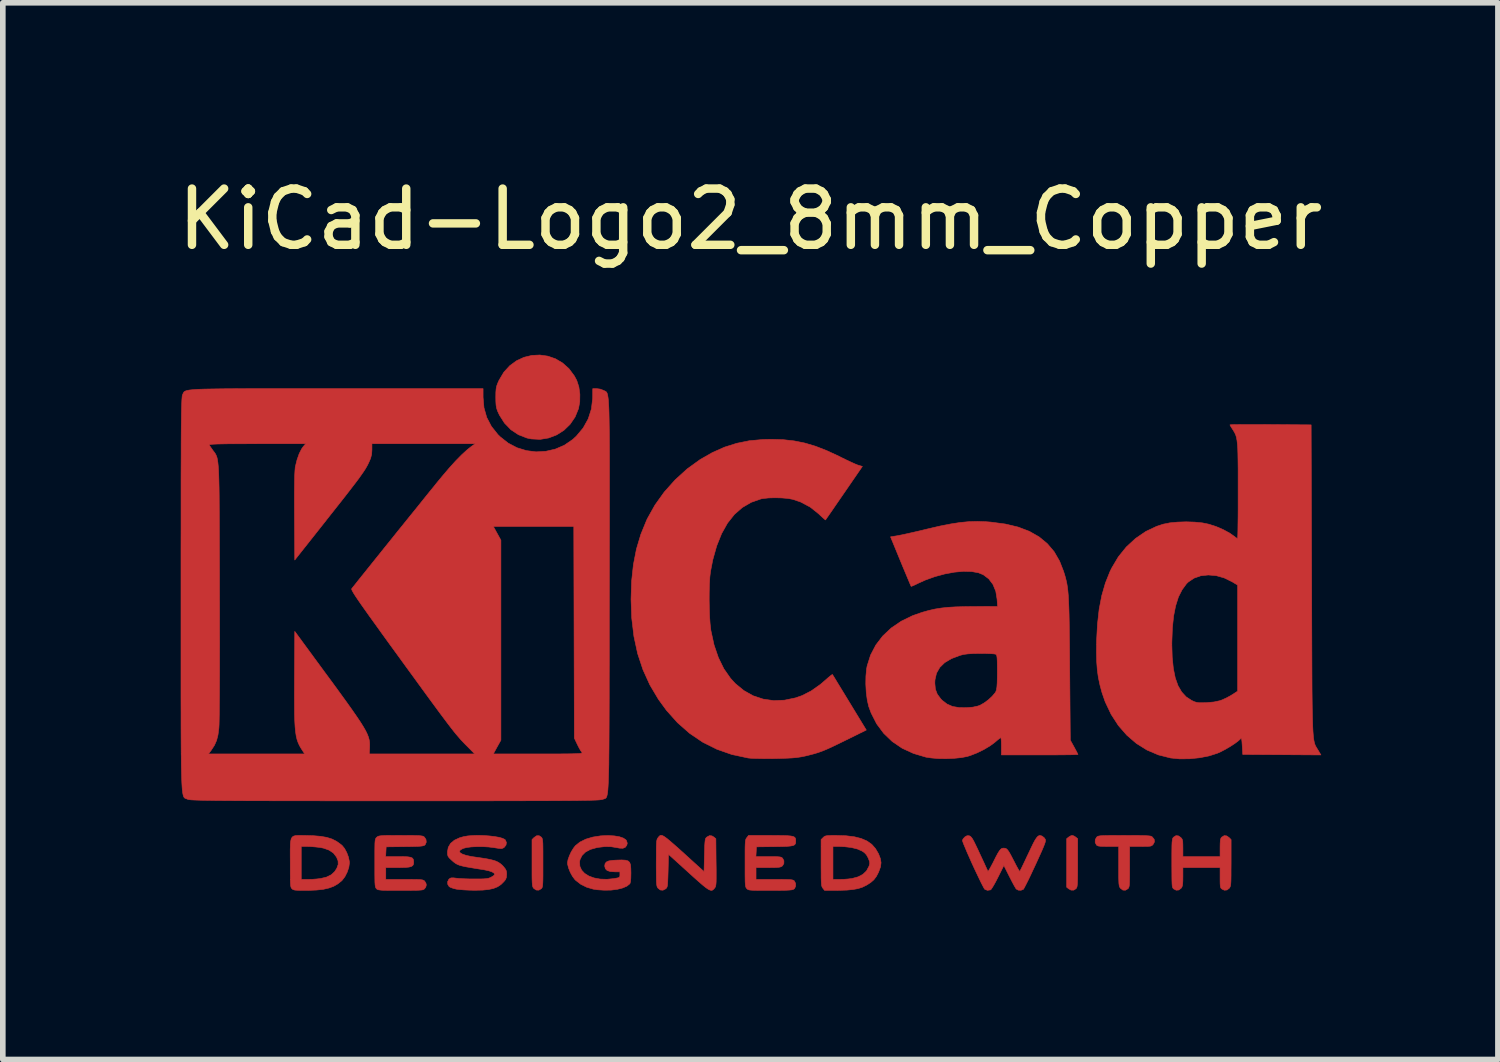
<source format=kicad_pcb>
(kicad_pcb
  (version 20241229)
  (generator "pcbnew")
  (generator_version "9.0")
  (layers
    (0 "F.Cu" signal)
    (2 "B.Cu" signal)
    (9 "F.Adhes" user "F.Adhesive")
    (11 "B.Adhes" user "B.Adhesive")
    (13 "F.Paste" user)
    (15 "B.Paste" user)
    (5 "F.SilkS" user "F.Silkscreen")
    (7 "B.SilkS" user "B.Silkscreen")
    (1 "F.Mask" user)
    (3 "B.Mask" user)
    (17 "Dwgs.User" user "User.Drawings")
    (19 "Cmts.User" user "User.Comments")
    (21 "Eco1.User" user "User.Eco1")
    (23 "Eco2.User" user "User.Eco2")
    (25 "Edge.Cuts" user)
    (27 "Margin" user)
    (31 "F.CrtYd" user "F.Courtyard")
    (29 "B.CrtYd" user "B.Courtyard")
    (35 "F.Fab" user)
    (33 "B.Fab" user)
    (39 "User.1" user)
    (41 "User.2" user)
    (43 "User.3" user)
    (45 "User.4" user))
  (footprint "KiCad-Logo2_8mm_Copper"
    (layer "F.Cu")
    (at 10.292 7.198)
    (property "Reference" "KiCad-Logo2_8mm_Copper" (at 0 -6.35 0) (layer "F.SilkS") (effects (font (size 1 1) (thickness 0.15))))
    (attr exclude_from_pos_files exclude_from_bom allow_missing_courtyard)
    (fp_poly (pts (xy 5.752 4.615) (xy 5.783 4.635) (xy 5.819 4.664) (xy 5.819 5.092) (xy 5.819 5.217) (xy 5.818 5.316) (xy 5.817 5.391) (xy 5.815 5.447) (xy 5.812 5.487) (xy 5.808 5.515) (xy 5.802 5.533) (xy 5.795 5.545) (xy 5.79 5.552) (xy 5.748 5.579) (xy 5.701 5.578) (xy 5.659 5.555) (xy 5.623 5.526) (xy 5.623 4.664) (xy 5.659 4.635) (xy 5.693 4.614) (xy 5.721 4.606) (xy 5.752 4.615)) (stroke (width 0.01) (type solid)) (fill yes) (layer "F.Cu"))
    (fp_poly (pts (xy -3.718 4.636) (xy -3.709 4.647) (xy -3.702 4.66) (xy -3.697 4.679) (xy -3.693 4.708) (xy -3.69 4.751) (xy -3.689 4.811) (xy -3.688 4.89) (xy -3.688 4.994) (xy -3.688 5.095) (xy -3.688 5.22) (xy -3.688 5.318) (xy -3.689 5.393) (xy -3.691 5.449) (xy -3.694 5.489) (xy -3.698 5.516) (xy -3.703 5.533) (xy -3.711 5.545) (xy -3.718 5.553) (xy -3.762 5.579) (xy -3.808 5.577) (xy -3.85 5.549) (xy -3.86 5.537) (xy -3.867 5.524) (xy -3.873 5.506) (xy -3.877 5.479) (xy -3.88 5.439) (xy -3.882 5.383) (xy -3.883 5.308) (xy -3.883 5.209) (xy -3.883 5.097) (xy -3.883 4.68) (xy -3.846 4.643) (xy -3.801 4.612) (xy -3.756 4.611) (xy -3.718 4.636)) (stroke (width 0.01) (type solid)) (fill yes) (layer "F.Cu"))
    (fp_poly (pts (xy -3.602 -3.916) (xy -3.466 -3.869) (xy -3.339 -3.794) (xy -3.226 -3.693) (xy -3.13 -3.564) (xy -3.087 -3.483) (xy -3.05 -3.37) (xy -3.032 -3.239) (xy -3.034 -3.105) (xy -3.056 -2.983) (xy -3.117 -2.834) (xy -3.205 -2.705) (xy -3.315 -2.598) (xy -3.444 -2.516) (xy -3.587 -2.461) (xy -3.739 -2.436) (xy -3.896 -2.444) (xy -3.973 -2.46) (xy -4.124 -2.519) (xy -4.258 -2.608) (xy -4.372 -2.726) (xy -4.463 -2.869) (xy -4.47 -2.885) (xy -4.497 -2.943) (xy -4.513 -2.993) (xy -4.522 -3.045) (xy -4.526 -3.111) (xy -4.527 -3.184) (xy -4.526 -3.271) (xy -4.521 -3.334) (xy -4.511 -3.385) (xy -4.492 -3.436) (xy -4.469 -3.487) (xy -4.384 -3.63) (xy -4.279 -3.745) (xy -4.158 -3.834) (xy -4.026 -3.895) (xy -3.886 -3.929) (xy -3.744 -3.936) (xy -3.602 -3.916)) (stroke (width 0.01) (type solid)) (fill yes) (layer "F.Cu"))
    (fp_poly (pts (xy 6.783 4.607) (xy 6.887 4.607) (xy 6.969 4.608) (xy 7.03 4.61) (xy 7.074 4.613) (xy 7.105 4.616) (xy 7.126 4.621) (xy 7.139 4.628) (xy 7.146 4.633) (xy 7.18 4.676) (xy 7.184 4.721) (xy 7.163 4.762) (xy 7.149 4.778) (xy 7.134 4.789) (xy 7.113 4.796) (xy 7.079 4.8) (xy 7.027 4.801) (xy 6.952 4.802) (xy 6.937 4.802) (xy 6.743 4.802) (xy 6.743 5.163) (xy 6.743 5.276) (xy 6.742 5.364) (xy 6.741 5.429) (xy 6.739 5.475) (xy 6.735 5.507) (xy 6.729 5.528) (xy 6.722 5.543) (xy 6.713 5.553) (xy 6.669 5.58) (xy 6.623 5.578) (xy 6.582 5.547) (xy 6.579 5.544) (xy 6.569 5.53) (xy 6.561 5.513) (xy 6.556 5.49) (xy 6.552 5.457) (xy 6.55 5.409) (xy 6.548 5.343) (xy 6.548 5.254) (xy 6.548 5.153) (xy 6.548 4.802) (xy 6.362 4.802) (xy 6.282 4.801) (xy 6.227 4.799) (xy 6.191 4.795) (xy 6.168 4.787) (xy 6.153 4.776) (xy 6.152 4.774) (xy 6.13 4.73) (xy 6.132 4.68) (xy 6.157 4.636) (xy 6.167 4.628) (xy 6.179 4.621) (xy 6.198 4.616) (xy 6.226 4.612) (xy 6.267 4.61) (xy 6.324 4.608) (xy 6.4 4.607) (xy 6.499 4.607) (xy 6.624 4.606) (xy 6.651 4.606) (xy 6.783 4.607)) (stroke (width 0.01) (type solid)) (fill yes) (layer "F.Cu"))
    (fp_poly (pts (xy 8.468 4.614) (xy 8.51 4.643) (xy 8.547 4.68) (xy 8.547 5.092) (xy 8.546 5.214) (xy 8.546 5.31) (xy 8.545 5.384) (xy 8.543 5.438) (xy 8.54 5.476) (xy 8.536 5.503) (xy 8.529 5.521) (xy 8.522 5.535) (xy 8.515 5.544) (xy 8.474 5.576) (xy 8.427 5.58) (xy 8.385 5.56) (xy 8.37 5.548) (xy 8.361 5.532) (xy 8.355 5.507) (xy 8.352 5.466) (xy 8.351 5.405) (xy 8.351 5.357) (xy 8.351 5.178) (xy 7.69 5.178) (xy 7.69 5.341) (xy 7.689 5.416) (xy 7.686 5.467) (xy 7.681 5.501) (xy 7.671 5.526) (xy 7.659 5.544) (xy 7.618 5.576) (xy 7.571 5.58) (xy 7.526 5.557) (xy 7.514 5.545) (xy 7.506 5.529) (xy 7.5 5.504) (xy 7.497 5.465) (xy 7.495 5.406) (xy 7.494 5.324) (xy 7.494 5.305) (xy 7.493 5.15) (xy 7.493 5.023) (xy 7.493 4.919) (xy 7.494 4.838) (xy 7.495 4.775) (xy 7.497 4.728) (xy 7.501 4.695) (xy 7.505 4.671) (xy 7.51 4.656) (xy 7.517 4.645) (xy 7.525 4.636) (xy 7.567 4.61) (xy 7.611 4.614) (xy 7.653 4.643) (xy 7.67 4.662) (xy 7.681 4.684) (xy 7.687 4.714) (xy 7.689 4.76) (xy 7.69 4.828) (xy 7.69 4.982) (xy 8.351 4.982) (xy 8.351 4.824) (xy 8.352 4.752) (xy 8.355 4.703) (xy 8.36 4.671) (xy 8.37 4.649) (xy 8.381 4.636) (xy 8.424 4.61) (xy 8.468 4.614)) (stroke (width 0.01) (type solid)) (fill yes) (layer "F.Cu"))
    (fp_poly (pts (xy 1.531 4.607) (xy 1.703 4.612) (xy 1.849 4.63) (xy 1.971 4.661) (xy 2.073 4.705) (xy 2.157 4.764) (xy 2.224 4.84) (xy 2.278 4.932) (xy 2.279 4.934) (xy 2.311 5.017) (xy 2.323 5.09) (xy 2.314 5.164) (xy 2.283 5.248) (xy 2.278 5.261) (xy 2.239 5.336) (xy 2.195 5.394) (xy 2.139 5.443) (xy 2.062 5.492) (xy 2.057 5.494) (xy 1.99 5.527) (xy 1.915 5.551) (xy 1.825 5.567) (xy 1.718 5.578) (xy 1.586 5.582) (xy 1.54 5.583) (xy 1.319 5.583) (xy 1.288 5.544) (xy 1.279 5.531) (xy 1.272 5.516) (xy 1.266 5.494) (xy 1.263 5.464) (xy 1.26 5.42) (xy 1.259 5.388) (xy 1.468 5.388) (xy 1.593 5.388) (xy 1.666 5.386) (xy 1.741 5.38) (xy 1.802 5.372) (xy 1.806 5.372) (xy 1.916 5.342) (xy 2 5.298) (xy 2.064 5.237) (xy 2.107 5.157) (xy 2.115 5.136) (xy 2.122 5.103) (xy 2.119 5.071) (xy 2.103 5.028) (xy 2.094 5.006) (xy 2.063 4.95) (xy 2.025 4.91) (xy 1.984 4.883) (xy 1.902 4.847) (xy 1.796 4.821) (xy 1.673 4.806) (xy 1.584 4.802) (xy 1.468 4.802) (xy 1.468 5.388) (xy 1.259 5.388) (xy 1.258 5.36) (xy 1.258 5.279) (xy 1.257 5.174) (xy 1.257 5.092) (xy 1.257 4.68) (xy 1.294 4.643) (xy 1.31 4.628) (xy 1.328 4.618) (xy 1.353 4.612) (xy 1.39 4.608) (xy 1.446 4.607) (xy 1.526 4.607) (xy 1.531 4.607)) (stroke (width 0.01) (type solid)) (fill yes) (layer "F.Cu"))
    (fp_poly (pts (xy -7.975 4.606) (xy -7.922 4.607) (xy -7.768 4.611) (xy -7.639 4.622) (xy -7.531 4.641) (xy -7.439 4.67) (xy -7.358 4.711) (xy -7.286 4.763) (xy -7.259 4.785) (xy -7.216 4.838) (xy -7.177 4.91) (xy -7.147 4.99) (xy -7.131 5.067) (xy -7.129 5.095) (xy -7.14 5.173) (xy -7.169 5.259) (xy -7.21 5.34) (xy -7.259 5.404) (xy -7.267 5.412) (xy -7.335 5.467) (xy -7.409 5.51) (xy -7.493 5.541) (xy -7.593 5.564) (xy -7.712 5.577) (xy -7.854 5.583) (xy -7.919 5.583) (xy -8.002 5.583) (xy -8.06 5.581) (xy -8.099 5.578) (xy -8.125 5.571) (xy -8.142 5.562) (xy -8.151 5.553) (xy -8.16 5.543) (xy -8.167 5.53) (xy -8.172 5.511) (xy -8.176 5.481) (xy -8.179 5.439) (xy -8.18 5.379) (xy -8.181 5.299) (xy -8.181 5.196) (xy -8.181 5.095) (xy -8.182 4.961) (xy -8.182 4.853) (xy -8.18 4.802) (xy -7.986 4.802) (xy -7.986 5.388) (xy -7.862 5.388) (xy -7.787 5.386) (xy -7.709 5.38) (xy -7.644 5.372) (xy -7.642 5.372) (xy -7.537 5.347) (xy -7.455 5.307) (xy -7.393 5.251) (xy -7.353 5.189) (xy -7.329 5.122) (xy -7.331 5.058) (xy -7.359 4.99) (xy -7.414 4.919) (xy -7.491 4.867) (xy -7.59 4.832) (xy -7.657 4.819) (xy -7.732 4.811) (xy -7.812 4.804) (xy -7.881 4.802) (xy -7.885 4.802) (xy -7.986 4.802) (xy -8.18 4.802) (xy -8.18 4.77) (xy -8.174 4.708) (xy -8.163 4.663) (xy -8.145 4.634) (xy -8.119 4.617) (xy -8.083 4.608) (xy -8.036 4.606) (xy -7.975 4.606)) (stroke (width 0.01) (type solid)) (fill yes) (layer "F.Cu"))
    (fp_poly (pts (xy -1.556 4.612) (xy -1.524 4.631) (xy -1.483 4.661) (xy -1.431 4.704) (xy -1.364 4.762) (xy -1.281 4.835) (xy -1.18 4.926) (xy -1.065 5.031) (xy -0.824 5.249) (xy -0.817 4.957) (xy -0.814 4.856) (xy -0.812 4.781) (xy -0.808 4.727) (xy -0.804 4.691) (xy -0.799 4.667) (xy -0.79 4.651) (xy -0.78 4.64) (xy -0.774 4.635) (xy -0.728 4.61) (xy -0.684 4.614) (xy -0.649 4.635) (xy -0.614 4.664) (xy -0.61 5.083) (xy -0.608 5.206) (xy -0.608 5.303) (xy -0.608 5.377) (xy -0.609 5.432) (xy -0.612 5.471) (xy -0.616 5.499) (xy -0.621 5.518) (xy -0.629 5.532) (xy -0.637 5.543) (xy -0.655 5.564) (xy -0.673 5.578) (xy -0.693 5.583) (xy -0.718 5.578) (xy -0.751 5.562) (xy -0.793 5.533) (xy -0.848 5.489) (xy -0.917 5.429) (xy -1.004 5.352) (xy -1.102 5.263) (xy -1.456 4.942) (xy -1.463 5.234) (xy -1.466 5.335) (xy -1.469 5.41) (xy -1.472 5.463) (xy -1.476 5.5) (xy -1.482 5.523) (xy -1.49 5.539) (xy -1.501 5.55) (xy -1.506 5.555) (xy -1.555 5.58) (xy -1.602 5.576) (xy -1.642 5.544) (xy -1.652 5.531) (xy -1.659 5.515) (xy -1.664 5.494) (xy -1.668 5.464) (xy -1.671 5.42) (xy -1.672 5.359) (xy -1.673 5.278) (xy -1.674 5.173) (xy -1.674 5.095) (xy -1.673 4.973) (xy -1.673 4.878) (xy -1.672 4.805) (xy -1.67 4.751) (xy -1.667 4.713) (xy -1.662 4.686) (xy -1.656 4.668) (xy -1.648 4.654) (xy -1.642 4.646) (xy -1.627 4.627) (xy -1.613 4.613) (xy -1.598 4.605) (xy -1.58 4.604) (xy -1.556 4.612)) (stroke (width 0.01) (type solid)) (fill yes) (layer "F.Cu"))
    (fp_poly (pts (xy -2.421 4.614) (xy -2.33 4.629) (xy -2.26 4.653) (xy -2.214 4.684) (xy -2.202 4.702) (xy -2.189 4.744) (xy -2.198 4.781) (xy -2.225 4.817) (xy -2.266 4.834) (xy -2.327 4.832) (xy -2.374 4.823) (xy -2.478 4.806) (xy -2.584 4.804) (xy -2.703 4.818) (xy -2.736 4.824) (xy -2.846 4.855) (xy -2.933 4.902) (xy -2.994 4.963) (xy -3.03 5.037) (xy -3.037 5.075) (xy -3.032 5.154) (xy -3.001 5.223) (xy -2.947 5.281) (xy -2.872 5.328) (xy -2.779 5.362) (xy -2.671 5.382) (xy -2.551 5.386) (xy -2.422 5.373) (xy -2.415 5.371) (xy -2.364 5.362) (xy -2.335 5.353) (xy -2.323 5.339) (xy -2.32 5.316) (xy -2.32 5.304) (xy -2.32 5.253) (xy -2.411 5.253) (xy -2.492 5.247) (xy -2.546 5.23) (xy -2.578 5.198) (xy -2.59 5.152) (xy -2.59 5.146) (xy -2.583 5.106) (xy -2.56 5.078) (xy -2.517 5.059) (xy -2.45 5.049) (xy -2.385 5.045) (xy -2.291 5.042) (xy -2.223 5.046) (xy -2.176 5.059) (xy -2.147 5.085) (xy -2.132 5.127) (xy -2.126 5.191) (xy -2.124 5.273) (xy -2.126 5.366) (xy -2.132 5.429) (xy -2.141 5.462) (xy -2.143 5.465) (xy -2.195 5.507) (xy -2.271 5.54) (xy -2.366 5.564) (xy -2.476 5.578) (xy -2.596 5.58) (xy -2.72 5.572) (xy -2.793 5.561) (xy -2.908 5.528) (xy -3.015 5.475) (xy -3.104 5.406) (xy -3.118 5.393) (xy -3.162 5.335) (xy -3.202 5.263) (xy -3.232 5.188) (xy -3.25 5.119) (xy -3.252 5.093) (xy -3.243 5.038) (xy -3.219 4.97) (xy -3.186 4.898) (xy -3.146 4.833) (xy -3.112 4.789) (xy -3.031 4.724) (xy -2.926 4.672) (xy -2.801 4.635) (xy -2.66 4.613) (xy -2.53 4.608) (xy -2.421 4.614)) (stroke (width 0.01) (type solid)) (fill yes) (layer "F.Cu"))
    (fp_poly (pts (xy 0.482 4.607) (xy 0.583 4.608) (xy 0.661 4.611) (xy 0.719 4.616) (xy 0.758 4.624) (xy 0.784 4.636) (xy 0.798 4.652) (xy 0.805 4.673) (xy 0.806 4.699) (xy 0.806 4.703) (xy 0.805 4.733) (xy 0.799 4.756) (xy 0.784 4.774) (xy 0.757 4.786) (xy 0.715 4.794) (xy 0.655 4.8) (xy 0.572 4.803) (xy 0.463 4.805) (xy 0.43 4.805) (xy 0.107 4.809) (xy 0.103 4.896) (xy 0.098 4.982) (xy 0.322 4.982) (xy 0.41 4.982) (xy 0.472 4.984) (xy 0.515 4.987) (xy 0.542 4.992) (xy 0.56 5) (xy 0.573 5.012) (xy 0.573 5.012) (xy 0.596 5.056) (xy 0.595 5.105) (xy 0.571 5.146) (xy 0.566 5.15) (xy 0.549 5.161) (xy 0.525 5.169) (xy 0.49 5.174) (xy 0.438 5.176) (xy 0.364 5.177) (xy 0.316 5.178) (xy 0.1 5.178) (xy 0.1 5.388) (xy 0.428 5.388) (xy 0.537 5.388) (xy 0.619 5.389) (xy 0.679 5.391) (xy 0.721 5.393) (xy 0.749 5.398) (xy 0.767 5.404) (xy 0.778 5.412) (xy 0.781 5.415) (xy 0.803 5.457) (xy 0.805 5.505) (xy 0.787 5.547) (xy 0.773 5.56) (xy 0.758 5.567) (xy 0.736 5.573) (xy 0.702 5.577) (xy 0.653 5.58) (xy 0.585 5.582) (xy 0.495 5.583) (xy 0.379 5.583) (xy 0.353 5.583) (xy 0.235 5.583) (xy 0.143 5.583) (xy 0.075 5.582) (xy 0.025 5.58) (xy -0.01 5.577) (xy -0.033 5.572) (xy -0.048 5.565) (xy -0.059 5.557) (xy -0.065 5.55) (xy -0.074 5.539) (xy -0.081 5.526) (xy -0.086 5.506) (xy -0.09 5.477) (xy -0.093 5.434) (xy -0.094 5.374) (xy -0.095 5.294) (xy -0.095 5.189) (xy -0.095 5.102) (xy -0.095 4.979) (xy -0.095 4.882) (xy -0.094 4.808) (xy -0.092 4.754) (xy -0.089 4.715) (xy -0.085 4.688) (xy -0.079 4.669) (xy -0.071 4.655) (xy -0.064 4.646) (xy -0.033 4.606) (xy 0.353 4.606) (xy 0.482 4.607)) (stroke (width 0.01) (type solid)) (fill yes) (layer "F.Cu"))
    (fp_poly (pts (xy -6.099 4.607) (xy -6.007 4.607) (xy -5.937 4.608) (xy -5.886 4.61) (xy -5.851 4.614) (xy -5.827 4.618) (xy -5.811 4.625) (xy -5.799 4.633) (xy -5.795 4.637) (xy -5.768 4.678) (xy -5.763 4.726) (xy -5.781 4.768) (xy -5.789 4.777) (xy -5.802 4.785) (xy -5.823 4.791) (xy -5.855 4.796) (xy -5.903 4.8) (xy -5.971 4.802) (xy -6.062 4.804) (xy -6.146 4.805) (xy -6.476 4.809) (xy -6.485 4.982) (xy -6.261 4.982) (xy -6.164 4.983) (xy -6.092 4.986) (xy -6.043 4.994) (xy -6.012 5.007) (xy -5.995 5.028) (xy -5.988 5.057) (xy -5.987 5.084) (xy -5.99 5.117) (xy -6.003 5.141) (xy -6.028 5.158) (xy -6.071 5.169) (xy -6.133 5.175) (xy -6.221 5.177) (xy -6.268 5.178) (xy -6.483 5.178) (xy -6.483 5.388) (xy -6.152 5.388) (xy -6.044 5.388) (xy -5.962 5.389) (xy -5.901 5.39) (xy -5.859 5.393) (xy -5.83 5.397) (xy -5.811 5.404) (xy -5.798 5.412) (xy -5.792 5.418) (xy -5.769 5.454) (xy -5.762 5.486) (xy -5.772 5.525) (xy -5.792 5.553) (xy -5.802 5.562) (xy -5.816 5.569) (xy -5.836 5.575) (xy -5.866 5.578) (xy -5.911 5.581) (xy -5.973 5.582) (xy -6.056 5.583) (xy -6.164 5.583) (xy -6.22 5.583) (xy -6.34 5.583) (xy -6.434 5.583) (xy -6.505 5.582) (xy -6.556 5.58) (xy -6.592 5.576) (xy -6.617 5.572) (xy -6.633 5.566) (xy -6.644 5.558) (xy -6.648 5.553) (xy -6.657 5.543) (xy -6.664 5.53) (xy -6.669 5.511) (xy -6.673 5.481) (xy -6.676 5.438) (xy -6.677 5.379) (xy -6.678 5.298) (xy -6.678 5.194) (xy -6.678 5.097) (xy -6.678 4.973) (xy -6.678 4.876) (xy -6.677 4.801) (xy -6.676 4.746) (xy -6.673 4.707) (xy -6.669 4.681) (xy -6.663 4.663) (xy -6.656 4.651) (xy -6.646 4.641) (xy -6.644 4.639) (xy -6.632 4.629) (xy -6.619 4.622) (xy -6.6 4.616) (xy -6.571 4.612) (xy -6.53 4.609) (xy -6.472 4.607) (xy -6.394 4.607) (xy -6.291 4.606) (xy -6.218 4.606) (xy -6.099 4.607)) (stroke (width 0.01) (type solid)) (fill yes) (layer "F.Cu"))
    (fp_poly (pts (xy 5.161 4.609) (xy 5.187 4.618) (xy 5.188 4.619) (xy 5.223 4.646) (xy 5.243 4.674) (xy 5.246 4.687) (xy 5.246 4.704) (xy 5.241 4.729) (xy 5.229 4.764) (xy 5.21 4.812) (xy 5.182 4.878) (xy 5.144 4.962) (xy 5.095 5.07) (xy 5.068 5.129) (xy 5.019 5.233) (xy 4.974 5.33) (xy 4.933 5.414) (xy 4.898 5.483) (xy 4.872 5.533) (xy 4.856 5.561) (xy 4.852 5.565) (xy 4.811 5.581) (xy 4.764 5.579) (xy 4.727 5.559) (xy 4.725 5.557) (xy 4.711 5.534) (xy 4.686 5.491) (xy 4.654 5.431) (xy 4.618 5.361) (xy 4.605 5.336) (xy 4.507 5.14) (xy 4.401 5.352) (xy 4.363 5.426) (xy 4.328 5.489) (xy 4.298 5.538) (xy 4.277 5.568) (xy 4.27 5.574) (xy 4.215 5.582) (xy 4.169 5.565) (xy 4.155 5.546) (xy 4.132 5.503) (xy 4.101 5.442) (xy 4.064 5.366) (xy 4.022 5.278) (xy 3.978 5.185) (xy 3.934 5.089) (xy 3.892 4.994) (xy 3.853 4.906) (xy 3.82 4.827) (xy 3.793 4.763) (xy 3.776 4.717) (xy 3.77 4.693) (xy 3.77 4.692) (xy 3.785 4.663) (xy 3.814 4.633) (xy 3.816 4.631) (xy 3.852 4.611) (xy 3.885 4.611) (xy 3.898 4.615) (xy 3.913 4.623) (xy 3.929 4.64) (xy 3.949 4.667) (xy 3.973 4.71) (xy 4.003 4.771) (xy 4.043 4.854) (xy 4.078 4.93) (xy 4.119 5.018) (xy 4.156 5.097) (xy 4.186 5.164) (xy 4.209 5.213) (xy 4.221 5.241) (xy 4.223 5.245) (xy 4.231 5.238) (xy 4.25 5.208) (xy 4.277 5.16) (xy 4.31 5.098) (xy 4.323 5.072) (xy 4.366 4.986) (xy 4.4 4.923) (xy 4.427 4.88) (xy 4.449 4.853) (xy 4.469 4.838) (xy 4.491 4.832) (xy 4.505 4.832) (xy 4.529 4.834) (xy 4.551 4.843) (xy 4.573 4.863) (xy 4.597 4.897) (xy 4.627 4.949) (xy 4.665 5.022) (xy 4.687 5.064) (xy 4.721 5.131) (xy 4.751 5.186) (xy 4.774 5.226) (xy 4.787 5.244) (xy 4.789 5.245) (xy 4.798 5.23) (xy 4.817 5.193) (xy 4.845 5.135) (xy 4.88 5.062) (xy 4.919 4.978) (xy 4.939 4.937) (xy 4.99 4.829) (xy 5.03 4.746) (xy 5.063 4.685) (xy 5.091 4.644) (xy 5.115 4.619) (xy 5.137 4.608) (xy 5.161 4.609)) (stroke (width 0.01) (type solid)) (fill yes) (layer "F.Cu"))
    (fp_poly (pts (xy -4.74 4.608) (xy -4.64 4.615) (xy -4.548 4.626) (xy -4.467 4.64) (xy -4.405 4.658) (xy -4.365 4.678) (xy -4.359 4.684) (xy -4.338 4.73) (xy -4.345 4.777) (xy -4.377 4.818) (xy -4.379 4.819) (xy -4.398 4.831) (xy -4.418 4.838) (xy -4.446 4.839) (xy -4.489 4.834) (xy -4.554 4.824) (xy -4.559 4.823) (xy -4.656 4.811) (xy -4.761 4.805) (xy -4.865 4.805) (xy -4.963 4.81) (xy -5.047 4.821) (xy -5.108 4.837) (xy -5.112 4.839) (xy -5.157 4.864) (xy -5.173 4.889) (xy -5.161 4.914) (xy -5.121 4.938) (xy -5.056 4.96) (xy -4.965 4.98) (xy -4.905 4.989) (xy -4.78 5.007) (xy -4.68 5.023) (xy -4.601 5.04) (xy -4.54 5.057) (xy -4.492 5.078) (xy -4.453 5.102) (xy -4.417 5.132) (xy -4.389 5.161) (xy -4.356 5.203) (xy -4.339 5.238) (xy -4.334 5.281) (xy -4.334 5.297) (xy -4.338 5.35) (xy -4.353 5.39) (xy -4.38 5.424) (xy -4.434 5.478) (xy -4.495 5.519) (xy -4.567 5.548) (xy -4.653 5.567) (xy -4.76 5.578) (xy -4.891 5.581) (xy -4.912 5.581) (xy -5 5.579) (xy -5.086 5.575) (xy -5.163 5.569) (xy -5.22 5.562) (xy -5.224 5.562) (xy -5.281 5.548) (xy -5.329 5.531) (xy -5.356 5.516) (xy -5.381 5.475) (xy -5.383 5.428) (xy -5.361 5.385) (xy -5.356 5.381) (xy -5.336 5.366) (xy -5.311 5.36) (xy -5.272 5.361) (xy -5.224 5.367) (xy -5.172 5.372) (xy -5.098 5.376) (xy -5.011 5.379) (xy -4.921 5.38) (xy -4.897 5.38) (xy -4.807 5.38) (xy -4.741 5.378) (xy -4.693 5.374) (xy -4.658 5.368) (xy -4.63 5.358) (xy -4.613 5.35) (xy -4.575 5.328) (xy -4.551 5.308) (xy -4.548 5.302) (xy -4.555 5.279) (xy -4.59 5.256) (xy -4.65 5.235) (xy -4.733 5.217) (xy -4.758 5.213) (xy -4.886 5.193) (xy -4.987 5.176) (xy -5.068 5.162) (xy -5.13 5.148) (xy -5.178 5.134) (xy -5.216 5.118) (xy -5.248 5.099) (xy -5.278 5.077) (xy -5.309 5.049) (xy -5.32 5.039) (xy -5.357 5.003) (xy -5.377 4.974) (xy -5.385 4.941) (xy -5.386 4.899) (xy -5.372 4.818) (xy -5.331 4.748) (xy -5.263 4.691) (xy -5.168 4.647) (xy -5.1 4.628) (xy -5.027 4.615) (xy -4.939 4.608) (xy -4.841 4.605) (xy -4.74 4.608)) (stroke (width 0.01) (type solid)) (fill yes) (layer "F.Cu"))
    (fp_poly (pts (xy 0.581 -2.431) (xy 0.777 -2.409) (xy 0.967 -2.371) (xy 1.158 -2.314) (xy 1.358 -2.236) (xy 1.576 -2.135) (xy 1.615 -2.115) (xy 1.705 -2.071) (xy 1.79 -2.031) (xy 1.861 -1.999) (xy 1.91 -1.979) (xy 1.918 -1.977) (xy 1.991 -1.955) (xy 1.665 -1.481) (xy 1.585 -1.365) (xy 1.512 -1.259) (xy 1.449 -1.167) (xy 1.397 -1.092) (xy 1.359 -1.038) (xy 1.339 -1.008) (xy 1.335 -1.003) (xy 1.322 -1.013) (xy 1.288 -1.043) (xy 1.24 -1.087) (xy 1.214 -1.112) (xy 1.065 -1.231) (xy 0.897 -1.321) (xy 0.753 -1.37) (xy 0.666 -1.386) (xy 0.558 -1.395) (xy 0.44 -1.398) (xy 0.326 -1.395) (xy 0.229 -1.385) (xy 0.19 -1.378) (xy 0.015 -1.317) (xy -0.143 -1.225) (xy -0.284 -1.102) (xy -0.407 -0.947) (xy -0.512 -0.76) (xy -0.599 -0.543) (xy -0.669 -0.294) (xy -0.71 -0.082) (xy -0.721 0.012) (xy -0.728 0.134) (xy -0.732 0.273) (xy -0.733 0.423) (xy -0.73 0.575) (xy -0.725 0.718) (xy -0.716 0.846) (xy -0.704 0.949) (xy -0.702 0.964) (xy -0.646 1.22) (xy -0.569 1.445) (xy -0.472 1.643) (xy -0.353 1.813) (xy -0.269 1.905) (xy -0.117 2.03) (xy 0.049 2.123) (xy 0.227 2.182) (xy 0.414 2.209) (xy 0.607 2.201) (xy 0.803 2.16) (xy 0.92 2.119) (xy 1.08 2.037) (xy 1.246 1.92) (xy 1.339 1.84) (xy 1.391 1.794) (xy 1.432 1.761) (xy 1.455 1.745) (xy 1.458 1.744) (xy 1.469 1.761) (xy 1.496 1.804) (xy 1.537 1.872) (xy 1.59 1.959) (xy 1.653 2.062) (xy 1.723 2.177) (xy 1.762 2.241) (xy 2.061 2.732) (xy 1.688 2.916) (xy 1.553 2.982) (xy 1.444 3.034) (xy 1.354 3.075) (xy 1.276 3.107) (xy 1.203 3.133) (xy 1.13 3.155) (xy 1.049 3.176) (xy 0.971 3.195) (xy 0.901 3.209) (xy 0.829 3.22) (xy 0.746 3.228) (xy 0.645 3.233) (xy 0.52 3.237) (xy 0.435 3.239) (xy 0.315 3.24) (xy 0.199 3.239) (xy 0.096 3.237) (xy 0.013 3.234) (xy -0.042 3.229) (xy -0.045 3.228) (xy -0.33 3.167) (xy -0.598 3.073) (xy -0.848 2.948) (xy -1.08 2.791) (xy -1.295 2.602) (xy -1.492 2.382) (xy -1.635 2.186) (xy -1.787 1.93) (xy -1.91 1.659) (xy -2.005 1.372) (xy -2.071 1.066) (xy -2.11 0.74) (xy -2.122 0.408) (xy -2.112 0.087) (xy -2.08 -0.209) (xy -2.026 -0.486) (xy -1.948 -0.747) (xy -1.845 -0.999) (xy -1.833 -1.025) (xy -1.697 -1.268) (xy -1.531 -1.5) (xy -1.338 -1.716) (xy -1.125 -1.91) (xy -0.894 -2.077) (xy -0.679 -2.2) (xy -0.462 -2.297) (xy -0.244 -2.366) (xy -0.018 -2.412) (xy 0.226 -2.434) (xy 0.372 -2.437) (xy 0.581 -2.431)) (stroke (width 0.01) (type solid)) (fill yes) (layer "F.Cu"))
    (fp_poly (pts (xy 9.042 -2.7) (xy 9.196 -2.699) (xy 9.248 -2.699) (xy 9.97 -2.694) (xy 9.979 0.073) (xy 9.98 0.448) (xy 9.981 0.788) (xy 9.982 1.096) (xy 9.983 1.373) (xy 9.984 1.621) (xy 9.985 1.841) (xy 9.986 2.036) (xy 9.988 2.206) (xy 9.99 2.354) (xy 9.993 2.482) (xy 9.996 2.592) (xy 9.999 2.684) (xy 10.003 2.761) (xy 10.008 2.825) (xy 10.013 2.877) (xy 10.02 2.92) (xy 10.027 2.954) (xy 10.035 2.982) (xy 10.044 3.005) (xy 10.055 3.026) (xy 10.066 3.045) (xy 10.079 3.066) (xy 10.093 3.089) (xy 10.096 3.093) (xy 10.144 3.175) (xy 8.754 3.166) (xy 8.745 3.013) (xy 8.74 2.94) (xy 8.735 2.898) (xy 8.728 2.881) (xy 8.717 2.884) (xy 8.709 2.894) (xy 8.67 2.929) (xy 8.608 2.975) (xy 8.531 3.025) (xy 8.447 3.074) (xy 8.365 3.117) (xy 8.302 3.145) (xy 8.155 3.192) (xy 7.986 3.225) (xy 7.808 3.243) (xy 7.633 3.245) (xy 7.474 3.229) (xy 7.472 3.229) (xy 7.254 3.174) (xy 7.05 3.087) (xy 6.863 2.97) (xy 6.693 2.824) (xy 6.542 2.651) (xy 6.414 2.453) (xy 6.309 2.232) (xy 6.252 2.068) (xy 6.215 1.931) (xy 6.187 1.799) (xy 6.168 1.663) (xy 6.157 1.514) (xy 6.153 1.347) (xy 6.155 1.209) (xy 7.493 1.209) (xy 7.5 1.439) (xy 7.52 1.637) (xy 7.554 1.805) (xy 7.603 1.943) (xy 7.668 2.055) (xy 7.748 2.142) (xy 7.842 2.204) (xy 7.89 2.227) (xy 7.932 2.24) (xy 7.979 2.247) (xy 8.042 2.247) (xy 8.11 2.245) (xy 8.243 2.233) (xy 8.349 2.21) (xy 8.382 2.198) (xy 8.458 2.164) (xy 8.538 2.121) (xy 8.572 2.1) (xy 8.663 2.041) (xy 8.663 0.155) (xy 8.563 0.095) (xy 8.424 0.027) (xy 8.282 -0.013) (xy 8.142 -0.025) (xy 8.009 -0.011) (xy 7.889 0.031) (xy 7.787 0.099) (xy 7.754 0.131) (xy 7.675 0.239) (xy 7.61 0.368) (xy 7.561 0.523) (xy 7.525 0.704) (xy 7.503 0.915) (xy 7.494 1.157) (xy 7.493 1.209) (xy 6.155 1.209) (xy 6.155 1.152) (xy 6.171 0.854) (xy 6.201 0.584) (xy 6.248 0.34) (xy 6.312 0.118) (xy 6.394 -0.087) (xy 6.424 -0.148) (xy 6.542 -0.347) (xy 6.684 -0.523) (xy 6.848 -0.674) (xy 7.029 -0.798) (xy 7.225 -0.891) (xy 7.343 -0.929) (xy 7.458 -0.952) (xy 7.597 -0.965) (xy 7.748 -0.97) (xy 7.898 -0.965) (xy 8.038 -0.951) (xy 8.15 -0.928) (xy 8.283 -0.885) (xy 8.412 -0.829) (xy 8.525 -0.767) (xy 8.585 -0.725) (xy 8.627 -0.693) (xy 8.656 -0.674) (xy 8.662 -0.671) (xy 8.664 -0.689) (xy 8.666 -0.739) (xy 8.668 -0.819) (xy 8.669 -0.924) (xy 8.671 -1.051) (xy 8.672 -1.197) (xy 8.672 -1.357) (xy 8.672 -1.521) (xy 8.672 -1.731) (xy 8.672 -1.908) (xy 8.67 -2.055) (xy 8.668 -2.176) (xy 8.665 -2.274) (xy 8.659 -2.353) (xy 8.652 -2.416) (xy 8.643 -2.467) (xy 8.631 -2.508) (xy 8.616 -2.543) (xy 8.598 -2.576) (xy 8.577 -2.61) (xy 8.574 -2.614) (xy 8.546 -2.658) (xy 8.529 -2.688) (xy 8.527 -2.694) (xy 8.545 -2.696) (xy 8.595 -2.698) (xy 8.673 -2.699) (xy 8.776 -2.7) (xy 8.9 -2.7) (xy 9.042 -2.7)) (stroke (width 0.01) (type solid)) (fill yes) (layer "F.Cu"))
    (fp_poly (pts (xy 4.186 -0.972) (xy 4.276 -0.965) (xy 4.533 -0.931) (xy 4.76 -0.877) (xy 4.96 -0.801) (xy 5.132 -0.703) (xy 5.278 -0.583) (xy 5.4 -0.44) (xy 5.497 -0.272) (xy 5.568 -0.091) (xy 5.586 -0.033) (xy 5.602 0.021) (xy 5.615 0.075) (xy 5.627 0.13) (xy 5.637 0.191) (xy 5.645 0.26) (xy 5.652 0.339) (xy 5.657 0.433) (xy 5.662 0.543) (xy 5.666 0.672) (xy 5.669 0.825) (xy 5.671 1.003) (xy 5.674 1.209) (xy 5.676 1.447) (xy 5.677 1.633) (xy 5.688 2.912) (xy 5.756 3.035) (xy 5.788 3.094) (xy 5.812 3.14) (xy 5.823 3.165) (xy 5.824 3.167) (xy 5.806 3.168) (xy 5.757 3.17) (xy 5.678 3.172) (xy 5.576 3.173) (xy 5.453 3.174) (xy 5.314 3.175) (xy 5.162 3.175) (xy 5.144 3.175) (xy 4.463 3.175) (xy 4.463 3.021) (xy 4.462 2.951) (xy 4.459 2.898) (xy 4.454 2.869) (xy 4.452 2.867) (xy 4.434 2.878) (xy 4.397 2.907) (xy 4.349 2.948) (xy 4.348 2.949) (xy 4.26 3.014) (xy 4.149 3.08) (xy 4.028 3.139) (xy 3.908 3.186) (xy 3.855 3.202) (xy 3.751 3.222) (xy 3.622 3.235) (xy 3.481 3.241) (xy 3.34 3.239) (xy 3.211 3.228) (xy 3.121 3.214) (xy 2.899 3.148) (xy 2.699 3.056) (xy 2.522 2.936) (xy 2.371 2.791) (xy 2.245 2.622) (xy 2.147 2.43) (xy 2.104 2.313) (xy 2.078 2.2) (xy 2.06 2.064) (xy 2.052 1.917) (xy 2.052 1.896) (xy 3.279 1.896) (xy 3.289 2.005) (xy 3.323 2.095) (xy 3.386 2.179) (xy 3.41 2.204) (xy 3.496 2.27) (xy 3.594 2.313) (xy 3.713 2.333) (xy 3.837 2.335) (xy 3.956 2.325) (xy 4.046 2.305) (xy 4.086 2.29) (xy 4.156 2.25) (xy 4.232 2.194) (xy 4.3 2.131) (xy 4.351 2.07) (xy 4.365 2.047) (xy 4.375 2.016) (xy 4.383 1.967) (xy 4.388 1.894) (xy 4.39 1.793) (xy 4.391 1.697) (xy 4.39 1.585) (xy 4.389 1.504) (xy 4.386 1.449) (xy 4.381 1.414) (xy 4.373 1.394) (xy 4.362 1.384) (xy 4.359 1.383) (xy 4.33 1.378) (xy 4.272 1.374) (xy 4.193 1.371) (xy 4.102 1.37) (xy 4.082 1.37) (xy 3.96 1.372) (xy 3.866 1.378) (xy 3.791 1.388) (xy 3.729 1.404) (xy 3.575 1.462) (xy 3.455 1.533) (xy 3.367 1.619) (xy 3.309 1.721) (xy 3.282 1.839) (xy 3.279 1.896) (xy 2.052 1.896) (xy 2.054 1.774) (xy 2.066 1.645) (xy 2.076 1.592) (xy 2.137 1.399) (xy 2.23 1.221) (xy 2.353 1.06) (xy 2.504 0.918) (xy 2.682 0.797) (xy 2.885 0.698) (xy 3.057 0.638) (xy 3.172 0.606) (xy 3.282 0.581) (xy 3.395 0.563) (xy 3.516 0.55) (xy 3.654 0.542) (xy 3.816 0.538) (xy 3.962 0.536) (xy 4.395 0.535) (xy 4.386 0.405) (xy 4.363 0.264) (xy 4.313 0.143) (xy 4.238 0.044) (xy 4.141 -0.029) (xy 4.056 -0.064) (xy 3.934 -0.086) (xy 3.789 -0.09) (xy 3.627 -0.075) (xy 3.455 -0.043) (xy 3.281 0.004) (xy 3.111 0.065) (xy 2.987 0.121) (xy 2.928 0.15) (xy 2.882 0.17) (xy 2.859 0.178) (xy 2.858 0.178) (xy 2.85 0.16) (xy 2.83 0.114) (xy 2.8 0.042) (xy 2.762 -0.049) (xy 2.717 -0.156) (xy 2.672 -0.265) (xy 2.492 -0.703) (xy 2.62 -0.724) (xy 2.676 -0.735) (xy 2.76 -0.753) (xy 2.864 -0.776) (xy 2.982 -0.803) (xy 3.107 -0.833) (xy 3.157 -0.845) (xy 3.372 -0.895) (xy 3.56 -0.932) (xy 3.728 -0.958) (xy 3.884 -0.973) (xy 4.034 -0.977) (xy 4.186 -0.972)) (stroke (width 0.01) (type solid)) (fill yes) (layer "F.Cu"))
    (fp_poly (pts (xy -7.87 -3.338) (xy -7.521 -3.338) (xy -7.358 -3.338) (xy -4.753 -3.338) (xy -4.753 -3.185) (xy -4.737 -2.998) (xy -4.688 -2.826) (xy -4.605 -2.667) (xy -4.488 -2.52) (xy -4.448 -2.481) (xy -4.306 -2.369) (xy -4.149 -2.287) (xy -3.982 -2.236) (xy -3.81 -2.214) (xy -3.637 -2.224) (xy -3.468 -2.263) (xy -3.308 -2.332) (xy -3.162 -2.432) (xy -3.096 -2.492) (xy -2.973 -2.639) (xy -2.883 -2.801) (xy -2.827 -2.976) (xy -2.805 -3.161) (xy -2.804 -3.18) (xy -2.803 -3.338) (xy -2.733 -3.338) (xy -2.671 -3.33) (xy -2.615 -3.309) (xy -2.611 -3.307) (xy -2.598 -3.301) (xy -2.587 -3.296) (xy -2.576 -3.29) (xy -2.566 -3.284) (xy -2.557 -3.274) (xy -2.549 -3.26) (xy -2.542 -3.239) (xy -2.536 -3.211) (xy -2.53 -3.174) (xy -2.525 -3.127) (xy -2.521 -3.067) (xy -2.517 -2.994) (xy -2.514 -2.906) (xy -2.512 -2.801) (xy -2.51 -2.678) (xy -2.508 -2.535) (xy -2.507 -2.372) (xy -2.506 -2.186) (xy -2.506 -1.976) (xy -2.506 -1.74) (xy -2.506 -1.477) (xy -2.506 -1.185) (xy -2.506 -0.864) (xy -2.507 -0.511) (xy -2.507 -0.124) (xy -2.508 0.297) (xy -2.508 0.348) (xy -2.509 0.771) (xy -2.509 1.16) (xy -2.509 1.516) (xy -2.51 1.839) (xy -2.51 2.133) (xy -2.511 2.398) (xy -2.512 2.635) (xy -2.513 2.847) (xy -2.514 3.034) (xy -2.516 3.199) (xy -2.517 3.342) (xy -2.52 3.466) (xy -2.523 3.571) (xy -2.526 3.66) (xy -2.53 3.733) (xy -2.534 3.793) (xy -2.539 3.84) (xy -2.545 3.877) (xy -2.551 3.904) (xy -2.558 3.924) (xy -2.566 3.937) (xy -2.575 3.946) (xy -2.585 3.951) (xy -2.596 3.955) (xy -2.608 3.958) (xy -2.621 3.963) (xy -2.624 3.964) (xy -2.634 3.967) (xy -2.651 3.97) (xy -2.676 3.973) (xy -2.71 3.976) (xy -2.756 3.978) (xy -2.814 3.98) (xy -2.886 3.982) (xy -2.973 3.983) (xy -3.078 3.985) (xy -3.201 3.986) (xy -3.343 3.987) (xy -3.507 3.988) (xy -3.694 3.989) (xy -3.905 3.989) (xy -4.141 3.99) (xy -4.405 3.99) (xy -4.697 3.991) (xy -5.019 3.991) (xy -5.373 3.991) (xy -5.759 3.991) (xy -6.18 3.991) (xy -6.316 3.991) (xy -6.747 3.991) (xy -7.142 3.991) (xy -7.504 3.991) (xy -7.835 3.99) (xy -8.134 3.99) (xy -8.405 3.99) (xy -8.649 3.989) (xy -8.866 3.989) (xy -9.059 3.988) (xy -9.229 3.987) (xy -9.378 3.986) (xy -9.506 3.985) (xy -9.616 3.983) (xy -9.709 3.982) (xy -9.786 3.98) (xy -9.848 3.978) (xy -9.899 3.976) (xy -9.937 3.974) (xy -9.967 3.971) (xy -9.987 3.968) (xy -10.001 3.965) (xy -10.009 3.962) (xy -10.023 3.956) (xy -10.035 3.952) (xy -10.046 3.948) (xy -10.057 3.942) (xy -10.066 3.934) (xy -10.075 3.92) (xy -10.082 3.901) (xy -10.089 3.874) (xy -10.095 3.839) (xy -10.101 3.793) (xy -10.105 3.734) (xy -10.109 3.663) (xy -10.112 3.576) (xy -10.115 3.473) (xy -10.118 3.352) (xy -10.119 3.211) (xy -10.12 3.157) (xy -9.636 3.157) (xy -7.924 3.157) (xy -7.957 3.107) (xy -7.99 3.056) (xy -8.018 3.007) (xy -8.041 2.957) (xy -8.06 2.903) (xy -8.075 2.841) (xy -8.086 2.768) (xy -8.095 2.68) (xy -8.101 2.574) (xy -8.105 2.447) (xy -8.106 2.294) (xy -8.107 2.114) (xy -8.106 1.902) (xy -8.106 1.823) (xy -8.101 0.978) (xy -7.566 1.707) (xy -7.414 1.913) (xy -7.283 2.093) (xy -7.17 2.249) (xy -7.075 2.383) (xy -6.996 2.497) (xy -6.931 2.594) (xy -6.88 2.676) (xy -6.84 2.746) (xy -6.811 2.806) (xy -6.791 2.858) (xy -6.778 2.905) (xy -6.771 2.949) (xy -6.769 2.992) (xy -6.77 3.038) (xy -6.77 3.043) (xy -6.776 3.157) (xy -4.901 3.157) (xy -5.04 3.016) (xy -5.078 2.978) (xy -5.114 2.94) (xy -5.15 2.902) (xy -5.186 2.86) (xy -5.226 2.814) (xy -5.27 2.76) (xy -5.32 2.696) (xy -5.377 2.622) (xy -5.443 2.534) (xy -5.521 2.43) (xy -5.61 2.309) (xy -5.713 2.169) (xy -5.832 2.006) (xy -5.967 1.82) (xy -6.121 1.609) (xy -6.247 1.435) (xy -6.406 1.217) (xy -6.544 1.026) (xy -6.663 0.86) (xy -6.765 0.719) (xy -6.85 0.599) (xy -6.92 0.5) (xy -6.976 0.419) (xy -7.019 0.355) (xy -7.051 0.305) (xy -7.072 0.269) (xy -7.085 0.243) (xy -7.09 0.227) (xy -7.088 0.218) (xy -7.071 0.196) (xy -7.032 0.148) (xy -6.976 0.077) (xy -6.904 -0.013) (xy -6.818 -0.12) (xy -6.721 -0.241) (xy -6.615 -0.373) (xy -6.502 -0.514) (xy -6.385 -0.659) (xy -6.266 -0.808) (xy -6.2 -0.889) (xy -4.571 -0.889) (xy -4.504 -0.767) (xy -4.436 -0.644) (xy -4.436 2.912) (xy -4.504 3.034) (xy -4.571 3.157) (xy -3.771 3.157) (xy -3.579 3.157) (xy -3.422 3.157) (xy -3.294 3.156) (xy -3.193 3.155) (xy -3.117 3.153) (xy -3.062 3.151) (xy -3.025 3.148) (xy -3.004 3.144) (xy -2.994 3.139) (xy -2.993 3.132) (xy -2.999 3.125) (xy -2.999 3.125) (xy -3.022 3.092) (xy -3.052 3.038) (xy -3.079 2.984) (xy -3.13 2.876) (xy -3.135 0.993) (xy -3.14 -0.889) (xy -4.571 -0.889) (xy -6.2 -0.889) (xy -6.147 -0.955) (xy -6.03 -1.1) (xy -5.918 -1.238) (xy -5.814 -1.368) (xy -5.719 -1.486) (xy -5.635 -1.589) (xy -5.566 -1.675) (xy -5.512 -1.74) (xy -5.481 -1.778) (xy -5.36 -1.92) (xy -5.244 -2.049) (xy -5.136 -2.159) (xy -5.04 -2.247) (xy -4.973 -2.301) (xy -4.893 -2.359) (xy -6.729 -2.359) (xy -6.729 -2.251) (xy -6.734 -2.172) (xy -6.753 -2.098) (xy -6.783 -2.029) (xy -6.802 -1.989) (xy -6.823 -1.95) (xy -6.847 -1.909) (xy -6.877 -1.863) (xy -6.914 -1.81) (xy -6.959 -1.746) (xy -7.016 -1.67) (xy -7.086 -1.579) (xy -7.17 -1.47) (xy -7.271 -1.341) (xy -7.391 -1.189) (xy -7.532 -1.011) (xy -7.547 -0.991) (xy -8.101 -0.291) (xy -8.106 -1.066) (xy -8.107 -1.299) (xy -8.107 -1.495) (xy -8.105 -1.657) (xy -8.103 -1.784) (xy -8.098 -1.878) (xy -8.093 -1.938) (xy -8.091 -1.95) (xy -8.061 -2.071) (xy -8.023 -2.18) (xy -7.979 -2.267) (xy -7.953 -2.304) (xy -7.907 -2.359) (xy -8.772 -2.359) (xy -8.978 -2.358) (xy -9.15 -2.358) (xy -9.291 -2.357) (xy -9.404 -2.355) (xy -9.49 -2.353) (xy -9.553 -2.35) (xy -9.594 -2.347) (xy -9.616 -2.342) (xy -9.623 -2.337) (xy -9.622 -2.336) (xy -9.604 -2.308) (xy -9.573 -2.264) (xy -9.558 -2.242) (xy -9.541 -2.22) (xy -9.526 -2.2) (xy -9.513 -2.181) (xy -9.502 -2.16) (xy -9.491 -2.135) (xy -9.482 -2.106) (xy -9.475 -2.068) (xy -9.468 -2.022) (xy -9.462 -1.964) (xy -9.457 -1.893) (xy -9.453 -1.806) (xy -9.45 -1.703) (xy -9.447 -1.58) (xy -9.445 -1.436) (xy -9.444 -1.27) (xy -9.443 -1.078) (xy -9.442 -0.86) (xy -9.441 -0.613) (xy -9.44 -0.335) (xy -9.439 -0.024) (xy -9.439 0.261) (xy -9.438 0.579) (xy -9.438 0.883) (xy -9.437 1.17) (xy -9.438 1.439) (xy -9.438 1.687) (xy -9.439 1.913) (xy -9.44 2.114) (xy -9.442 2.289) (xy -9.443 2.436) (xy -9.445 2.553) (xy -9.447 2.638) (xy -9.45 2.689) (xy -9.45 2.694) (xy -9.466 2.818) (xy -9.491 2.917) (xy -9.529 3.003) (xy -9.585 3.089) (xy -9.591 3.098) (xy -9.636 3.157) (xy -10.12 3.157) (xy -10.121 3.049) (xy -10.122 2.865) (xy -10.123 2.657) (xy -10.123 2.423) (xy -10.124 2.162) (xy -10.124 1.873) (xy -10.124 1.554) (xy -10.124 1.203) (xy -10.124 0.82) (xy -10.124 0.401) (xy -10.124 0.318) (xy -10.124 -0.104) (xy -10.124 -0.492) (xy -10.123 -0.847) (xy -10.123 -1.169) (xy -10.123 -1.462) (xy -10.123 -1.725) (xy -10.122 -1.961) (xy -10.121 -2.172) (xy -10.121 -2.357) (xy -10.12 -2.521) (xy -10.119 -2.662) (xy -10.117 -2.784) (xy -10.116 -2.887) (xy -10.114 -2.974) (xy -10.112 -3.045) (xy -10.11 -3.102) (xy -10.108 -3.146) (xy -10.105 -3.18) (xy -10.103 -3.204) (xy -10.1 -3.22) (xy -10.096 -3.23) (xy -10.096 -3.23) (xy -10.089 -3.245) (xy -10.084 -3.258) (xy -10.077 -3.27) (xy -10.069 -3.281) (xy -10.056 -3.29) (xy -10.037 -3.299) (xy -10.011 -3.306) (xy -9.976 -3.313) (xy -9.929 -3.318) (xy -9.87 -3.323) (xy -9.796 -3.327) (xy -9.705 -3.33) (xy -9.597 -3.332) (xy -9.469 -3.334) (xy -9.319 -3.336) (xy -9.146 -3.337) (xy -8.948 -3.338) (xy -8.723 -3.338) (xy -8.47 -3.338) (xy -8.186 -3.338) (xy -7.87 -3.338)) (stroke (width 0.01) (type solid)) (fill yes) (layer "F.Cu")))
  (gr_rect
    (start -3 -3)
    (end 23.583 15.787)
    (stroke (width 0.1) (type default))
    (fill no)
    (layer "Edge.Cuts")))
</source>
